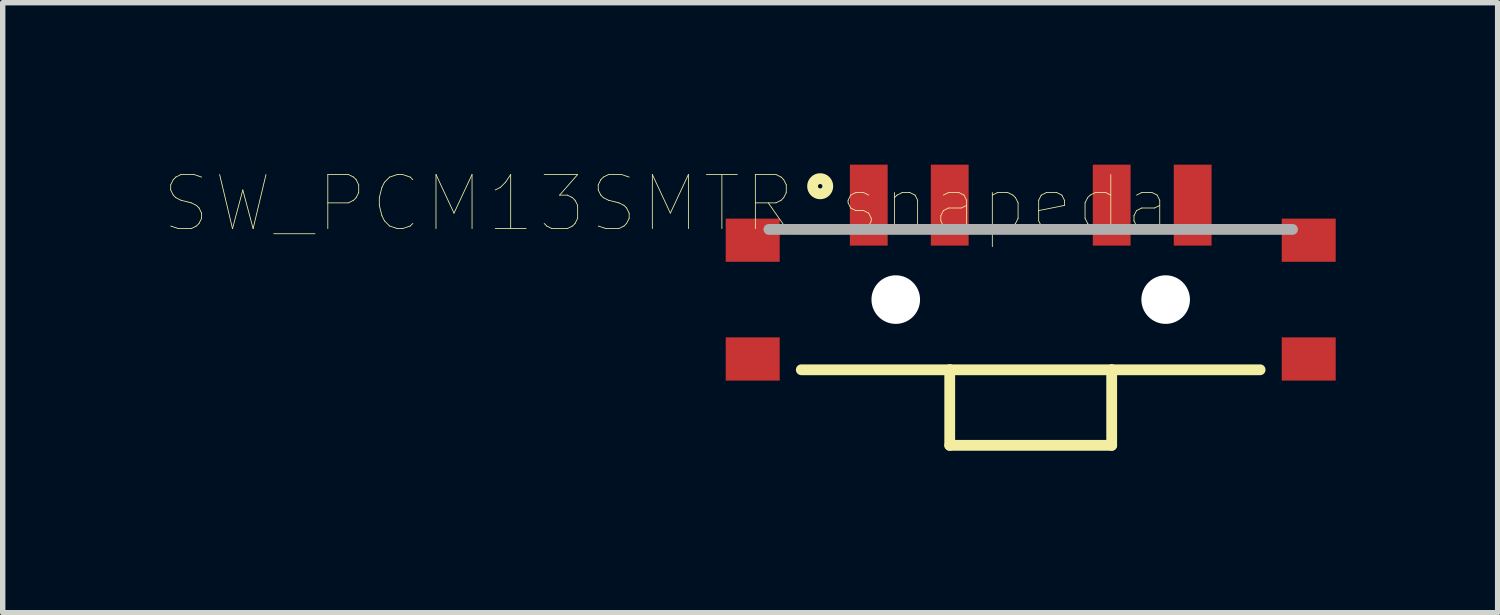
<source format=kicad_pcb>
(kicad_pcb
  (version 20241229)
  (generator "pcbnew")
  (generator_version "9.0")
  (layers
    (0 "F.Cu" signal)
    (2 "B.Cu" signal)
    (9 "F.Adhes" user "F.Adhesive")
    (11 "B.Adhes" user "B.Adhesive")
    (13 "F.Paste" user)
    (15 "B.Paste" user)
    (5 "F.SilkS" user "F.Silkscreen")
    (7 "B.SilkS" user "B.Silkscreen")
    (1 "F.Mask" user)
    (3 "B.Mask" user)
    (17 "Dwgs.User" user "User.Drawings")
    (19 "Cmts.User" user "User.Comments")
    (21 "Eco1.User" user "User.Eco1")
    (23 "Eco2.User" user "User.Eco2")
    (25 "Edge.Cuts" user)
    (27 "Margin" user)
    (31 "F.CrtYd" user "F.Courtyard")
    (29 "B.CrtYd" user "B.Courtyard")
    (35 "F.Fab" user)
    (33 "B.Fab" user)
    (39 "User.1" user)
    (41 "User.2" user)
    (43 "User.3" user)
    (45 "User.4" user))
  (footprint "SW_PCM13SMTR_snapeda"
    (layer "F.Cu")
    (at 16.044 2.5)
    (property "Reference" "SW_PCM13SMTR_snapeda" (at -6.747 -1.778 180) (layer "F.SilkS") (effects (font (size 1.002 1.002) (thickness 0.015))))
    (attr through_hole)
    (fp_line (start -1.5 1.3) (end -4.25 1.3) (stroke (width 0.2) (type solid)) (layer "F.SilkS"))
    (fp_line (start -1.5 1.3) (end -1.5 2.7) (stroke (width 0.2) (type solid)) (layer "F.SilkS"))
    (fp_line (start -1.5 2.7) (end 1.5 2.7) (stroke (width 0.2) (type solid)) (layer "F.SilkS"))
    (fp_line (start 1.5 1.3) (end -1.5 1.3) (stroke (width 0.2) (type solid)) (layer "F.SilkS"))
    (fp_line (start 1.5 2.7) (end 1.5 1.3) (stroke (width 0.2) (type solid)) (layer "F.SilkS"))
    (fp_line (start 4.25 1.3) (end 1.5 1.3) (stroke (width 0.2) (type solid)) (layer "F.SilkS"))
    (fp_circle (center -3.9 -2.1) (end -3.759 -2.1) (stroke (width 0.2) (type solid)) (fill no) (layer "F.SilkS"))
    (fp_line (start -4.85 -1.3) (end 4.85 -1.3) (stroke (width 0.2) (type solid)) (layer "F.Fab"))
    (pad "" np_thru_hole circle (at -2.5 0) (size 0.9 0.9) (drill 0.9) (layers "*.Cu" "*.Mask"))
    (pad "" np_thru_hole circle (at 2.5 0) (size 0.9 0.9) (drill 0.9) (layers "*.Cu" "*.Mask"))
    (pad "1" smd rect (at -3 -1.75) (size 0.7 1.5) (layers "F.Cu" "F.Mask" "F.Paste"))
    (pad "2" smd rect (at -1.5 -1.75) (size 0.7 1.5) (layers "F.Cu" "F.Mask" "F.Paste"))
    (pad "3" smd rect (at 1.5 -1.75) (size 0.7 1.5) (layers "F.Cu" "F.Mask" "F.Paste"))
    (pad "4" smd rect (at 3 -1.75) (size 0.7 1.5) (layers "F.Cu" "F.Mask" "F.Paste"))
    (pad "P$1" smd rect (at -5.15 -1.1) (size 1 0.8) (layers "F.Cu" "F.Mask" "F.Paste"))
    (pad "P$2" smd rect (at -5.15 1.1) (size 1 0.8) (layers "F.Cu" "F.Mask" "F.Paste"))
    (pad "P$3" smd rect (at 5.15 -1.1) (size 1 0.8) (layers "F.Cu" "F.Mask" "F.Paste"))
    (pad "P$4" smd rect (at 5.15 1.1) (size 1 0.8) (layers "F.Cu" "F.Mask" "F.Paste")))
  (gr_rect
    (start -3 -3)
    (end 24.694 8.3)
    (stroke (width 0.1) (type default))
    (fill no)
    (layer "Edge.Cuts")))
</source>
